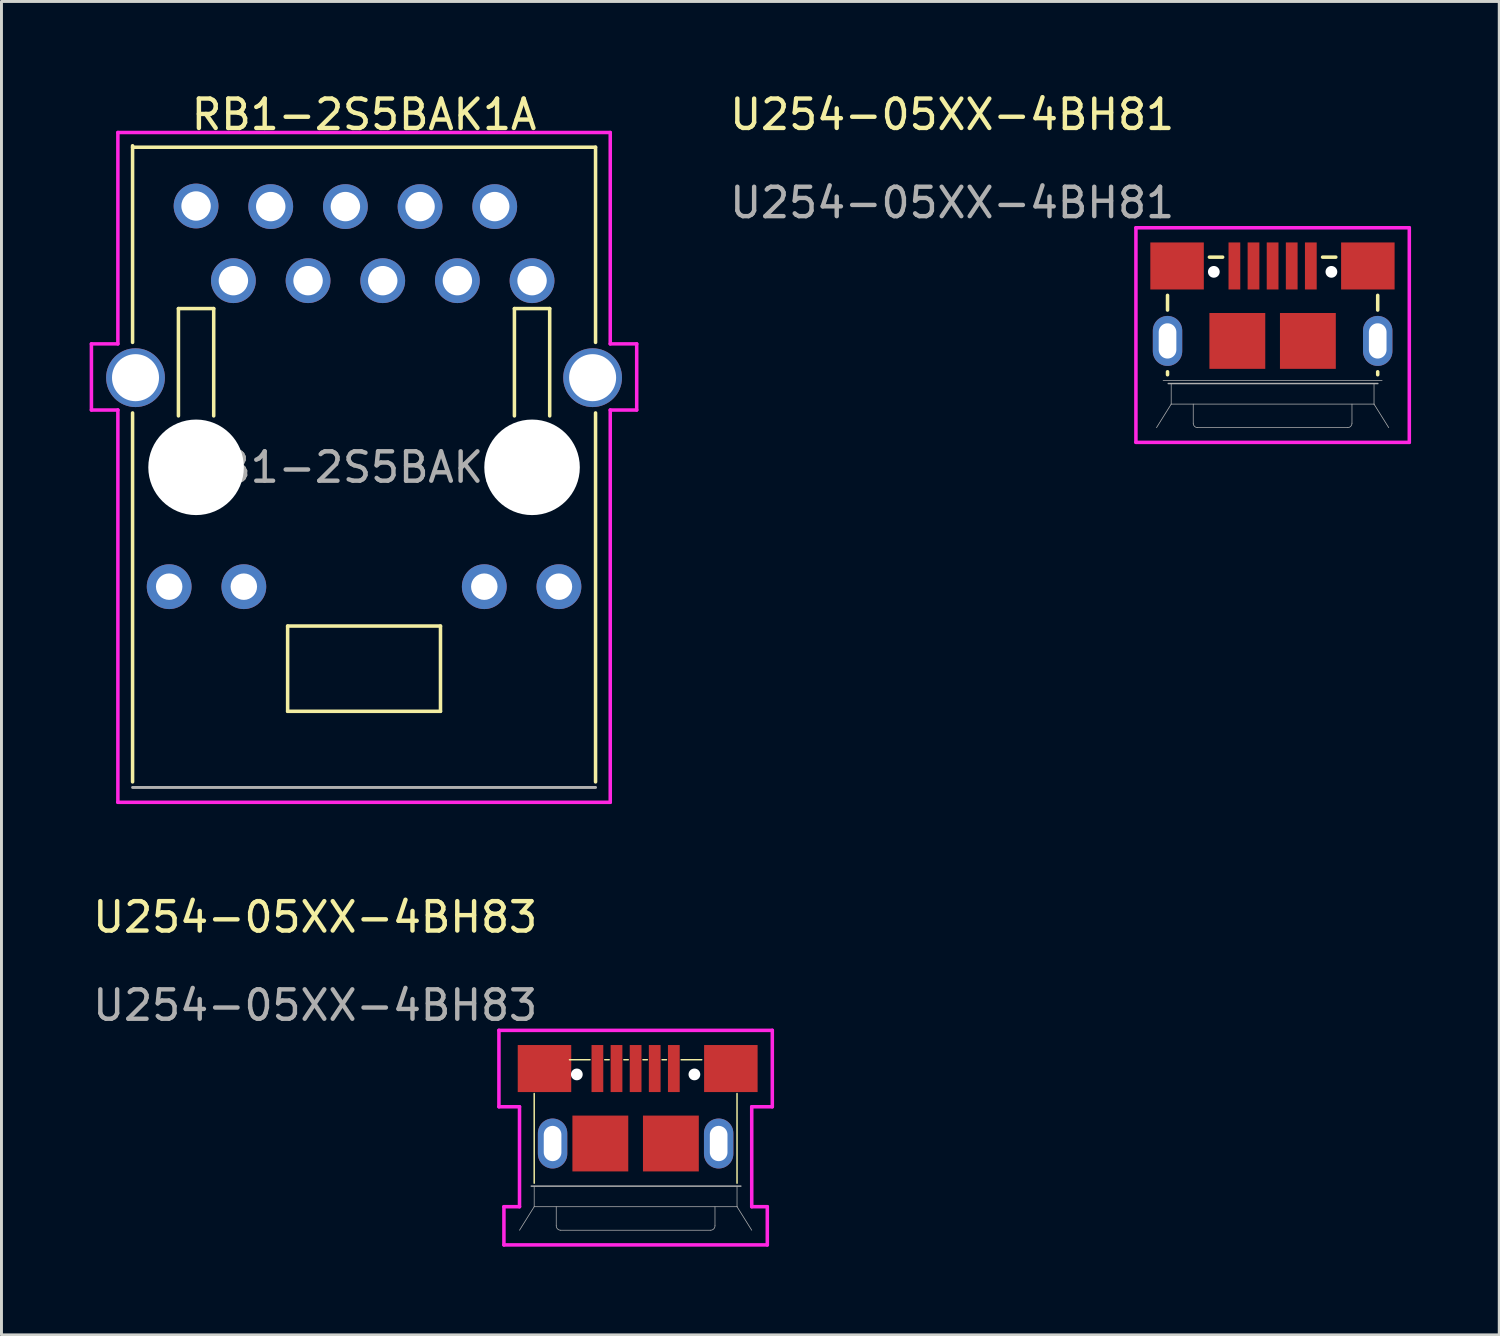
<source format=kicad_pcb>
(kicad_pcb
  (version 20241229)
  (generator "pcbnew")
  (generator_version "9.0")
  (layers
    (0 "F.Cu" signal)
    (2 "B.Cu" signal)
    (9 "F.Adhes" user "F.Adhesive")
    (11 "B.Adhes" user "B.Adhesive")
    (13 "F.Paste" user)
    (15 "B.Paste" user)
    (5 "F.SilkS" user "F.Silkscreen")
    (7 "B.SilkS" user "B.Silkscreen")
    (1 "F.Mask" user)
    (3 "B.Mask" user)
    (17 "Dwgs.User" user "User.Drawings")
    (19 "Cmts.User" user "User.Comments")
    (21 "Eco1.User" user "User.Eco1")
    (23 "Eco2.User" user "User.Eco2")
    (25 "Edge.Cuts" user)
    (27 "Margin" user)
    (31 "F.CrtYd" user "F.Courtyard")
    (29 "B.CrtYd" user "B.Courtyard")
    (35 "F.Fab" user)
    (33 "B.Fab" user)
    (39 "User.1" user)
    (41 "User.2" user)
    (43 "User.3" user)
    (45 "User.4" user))
  (footprint "RB1-2S5BAK1A"
    (layer "F.Cu")
    (at 9.335 12.848)
    (property "Reference" "RB1-2S5BAK1A" (at 0 -12 0) (unlocked yes) (layer "F.SilkS") (effects (font (size 1 1) (thickness 0.15))))
    (fp_line (start -7.875 -10.89) (end 7.875 -10.89) (stroke (width 0.12) (type solid)) (layer "F.SilkS"))
    (fp_line (start -7.875 -4.25) (end -7.875 -10.94) (stroke (width 0.12) (type solid)) (layer "F.SilkS"))
    (fp_line (start -7.875 10.7) (end -7.875 -1.85) (stroke (width 0.12) (type solid)) (layer "F.SilkS"))
    (fp_line (start -6.315 -5.4) (end -5.115 -5.4) (stroke (width 0.12) (type solid)) (layer "F.SilkS"))
    (fp_line (start -6.315 -1.75) (end -6.315 -5.4) (stroke (width 0.12) (type solid)) (layer "F.SilkS"))
    (fp_line (start -5.115 -5.4) (end -5.115 -1.75) (stroke (width 0.12) (type solid)) (layer "F.SilkS"))
    (fp_line (start -2.6 5.4) (end 2.6 5.4) (stroke (width 0.12) (type solid)) (layer "F.SilkS"))
    (fp_line (start -2.6 8.3) (end -2.6 5.4) (stroke (width 0.12) (type solid)) (layer "F.SilkS"))
    (fp_line (start 2.6 5.4) (end 2.6 8.3) (stroke (width 0.12) (type solid)) (layer "F.SilkS"))
    (fp_line (start 2.6 8.3) (end -2.6 8.3) (stroke (width 0.12) (type solid)) (layer "F.SilkS"))
    (fp_line (start 5.115 -5.4) (end 6.315 -5.4) (stroke (width 0.12) (type solid)) (layer "F.SilkS"))
    (fp_line (start 5.115 -1.75) (end 5.115 -5.4) (stroke (width 0.12) (type solid)) (layer "F.SilkS"))
    (fp_line (start 6.315 -5.4) (end 6.315 -1.75) (stroke (width 0.12) (type solid)) (layer "F.SilkS"))
    (fp_line (start 7.875 -4.25) (end 7.875 -10.89) (stroke (width 0.12) (type solid)) (layer "F.SilkS"))
    (fp_line (start 7.875 10.7) (end 7.875 -1.85) (stroke (width 0.12) (type solid)) (layer "F.SilkS"))
    (fp_line (start -9.275 -4.2) (end -9.275 -1.95) (stroke (width 0.12) (type solid)) (layer "F.CrtYd"))
    (fp_line (start -9.275 -4.2) (end -8.375 -4.2) (stroke (width 0.12) (type solid)) (layer "F.CrtYd"))
    (fp_line (start -8.375 -4.2) (end -8.375 -11.39) (stroke (width 0.12) (type solid)) (layer "F.CrtYd"))
    (fp_line (start -8.375 -1.95) (end -9.275 -1.95) (stroke (width 0.12) (type solid)) (layer "F.CrtYd"))
    (fp_line (start -8.375 -1.95) (end -8.375 11.395) (stroke (width 0.12) (type solid)) (layer "F.CrtYd"))
    (fp_line (start -8.375 11.395) (end 8.375 11.395) (stroke (width 0.12) (type solid)) (layer "F.CrtYd"))
    (fp_line (start 8.375 -11.39) (end -8.375 -11.39) (stroke (width 0.12) (type solid)) (layer "F.CrtYd"))
    (fp_line (start 8.375 -4.2) (end 8.375 -11.39) (stroke (width 0.12) (type solid)) (layer "F.CrtYd"))
    (fp_line (start 8.375 -4.2) (end 9.275 -4.2) (stroke (width 0.12) (type solid)) (layer "F.CrtYd"))
    (fp_line (start 8.375 -1.95) (end 8.375 11.395) (stroke (width 0.12) (type solid)) (layer "F.CrtYd"))
    (fp_line (start 9.275 -4.2) (end 9.275 -1.95) (stroke (width 0.12) (type solid)) (layer "F.CrtYd"))
    (fp_line (start 9.275 -1.95) (end 8.375 -1.95) (stroke (width 0.12) (type solid)) (layer "F.CrtYd"))
    (fp_line (start -7.875 10.89) (end 7.875 10.89) (stroke (width 0.1) (type solid)) (layer "F.Fab"))
    (fp_text user "${REFERENCE}" (at 0 0 0) (unlocked yes) (layer "F.Fab") (effects (font (size 1 1) (thickness 0.15))))
    (pad "" np_thru_hole circle (at -5.715 0) (size 3.25 3.25) (drill 3.25) (layers "*.Cu" "*.Mask"))
    (pad "" np_thru_hole circle (at 5.715 0) (size 3.25 3.25) (drill 3.25) (layers "*.Cu" "*.Mask"))
    (pad "L1" thru_hole circle (at 6.63 4.06) (size 1.524 1.524) (drill 0.9) (layers "*.Cu" "*.Mask"))
    (pad "L2" thru_hole circle (at 4.09 4.06) (size 1.524 1.524) (drill 0.9) (layers "*.Cu" "*.Mask"))
    (pad "L3" thru_hole circle (at -4.09 4.06) (size 1.524 1.524) (drill 0.9) (layers "*.Cu" "*.Mask"))
    (pad "L4" thru_hole circle (at -6.63 4.06) (size 1.524 1.524) (drill 0.9) (layers "*.Cu" "*.Mask"))
    (pad "R1" thru_hole circle (at -5.715 -8.89) (size 1.524 1.524) (drill 1) (layers "*.Cu" "*.Mask"))
    (pad "R2" thru_hole circle (at -4.445 -6.35) (size 1.524 1.524) (drill 1) (layers "*.Cu" "*.Mask"))
    (pad "R3" thru_hole circle (at -3.175 -8.87) (size 1.524 1.524) (drill 1) (layers "*.Cu" "*.Mask"))
    (pad "R4" thru_hole circle (at -1.905 -6.35) (size 1.524 1.524) (drill 1) (layers "*.Cu" "*.Mask"))
    (pad "R5" thru_hole circle (at -0.635 -8.87) (size 1.524 1.524) (drill 1) (layers "*.Cu" "*.Mask"))
    (pad "R6" thru_hole circle (at 0.635 -6.35) (size 1.524 1.524) (drill 1) (layers "*.Cu" "*.Mask"))
    (pad "R7" thru_hole circle (at 1.905 -8.87) (size 1.524 1.524) (drill 1) (layers "*.Cu" "*.Mask"))
    (pad "R8" thru_hole circle (at 3.175 -6.35) (size 1.524 1.524) (drill 1) (layers "*.Cu" "*.Mask"))
    (pad "R9" thru_hole circle (at 4.445 -8.87) (size 1.524 1.524) (drill 1) (layers "*.Cu" "*.Mask"))
    (pad "R10" thru_hole circle (at 5.715 -6.35) (size 1.524 1.524) (drill 1) (layers "*.Cu" "*.Mask"))
    (pad "SH" thru_hole circle (at -7.775 -3.05) (size 2 2) (drill 1.6) (layers "*.Cu" "*.Mask"))
    (pad "SH" thru_hole circle (at 7.775 -3.05) (size 2 2) (drill 1.6) (layers "*.Cu" "*.Mask"))
    (zone (net_name "") (layer "F.Cu") (hatch edge 0.508) (connect_pads) (min_thickness 0.254) (filled_areas_thickness no) (keepout (tracks not_allowed) (vias not_allowed) (pads not_allowed) (copperpour allowed) (footprints allowed)) (placement (enabled no)) (fill) (polygon (pts (xy 4.22 11.208) (xy 3.02 11.208) (xy 3.02 7.448) (xy 4.22 7.448))))
    (zone (net_name "") (layer "F.Cu") (hatch edge 0.508) (connect_pads) (min_thickness 0.254) (filled_areas_thickness no) (keepout (tracks not_allowed) (vias not_allowed) (pads not_allowed) (copperpour allowed) (footprints allowed)) (placement (enabled no)) (fill) (polygon (pts (xy 11.935 21.148) (xy 6.735 21.148) (xy 6.735 18.248) (xy 11.935 18.248))))
    (zone (net_name "") (layer "F.Cu") (hatch edge 0.508) (connect_pads) (min_thickness 0.254) (filled_areas_thickness no) (keepout (tracks not_allowed) (vias not_allowed) (pads not_allowed) (copperpour allowed) (footprints allowed)) (placement (enabled no)) (fill) (polygon (pts (xy 15.65 11.198) (xy 14.45 11.198) (xy 14.45 7.448) (xy 15.65 7.448)))))
  (footprint "U254-05XX-4BH83"
    (layer "F.Cu")
    (at 17.273 33.301)
    (property "Reference" "U254-05XX-4BH83" (at -9.6 -5.15 0) (unlocked yes) (layer "F.SilkS") (effects (font (size 1 1) (thickness 0.15))))
    (fp_line (start -2.15 3.9) (end -2.15 0.85) (stroke (width 0.05) (type solid)) (layer "F.SilkS"))
    (fp_line (start -0.95 -0.3) (end -0.25 -0.3) (stroke (width 0.05) (type solid)) (layer "F.SilkS"))
    (fp_line (start 0.25 -0.3) (end 0.4 -0.3) (stroke (width 0.05) (type solid)) (layer "F.SilkS"))
    (fp_line (start 0.9 -0.3) (end 1.05 -0.3) (stroke (width 0.05) (type solid)) (layer "F.SilkS"))
    (fp_line (start 1.55 -0.3) (end 1.7 -0.3) (stroke (width 0.05) (type solid)) (layer "F.SilkS"))
    (fp_line (start 2.2 -0.3) (end 2.35 -0.3) (stroke (width 0.05) (type solid)) (layer "F.SilkS"))
    (fp_line (start 2.85 -0.3) (end 3.55 -0.3) (stroke (width 0.05) (type solid)) (layer "F.SilkS"))
    (fp_line (start 4.75 3.9) (end 4.75 0.85) (stroke (width 0.05) (type solid)) (layer "F.SilkS"))
    (fp_line (start -1.465 2.16) (end -1.465 2.94) (stroke (width 0.01) (type solid)) (layer "Dwgs.User"))
    (fp_line (start 4.065 2.16) (end 4.065 2.94) (stroke (width 0.01) (type solid)) (layer "Dwgs.User"))
    (fp_line (start 4.185 2.16) (end 4.185 2.94) (stroke (width 0.01) (type solid)) (layer "Dwgs.User"))
    (fp_arc (start -1.585 2.16) (mid -1.525 2.1) (end -1.465 2.16) (stroke (width 0.01) (type solid)) (layer "Dwgs.User"))
    (fp_arc (start -1.465 2.94) (mid -1.525 3) (end -1.585 2.94) (stroke (width 0.01) (type solid)) (layer "Dwgs.User"))
    (fp_arc (start 4.065 2.16) (mid 4.125 2.1) (end 4.185 2.16) (stroke (width 0.01) (type solid)) (layer "Dwgs.User"))
    (fp_arc (start 4.185 2.94) (mid 4.125 3) (end 4.065 2.94) (stroke (width 0.01) (type solid)) (layer "Dwgs.User"))
    (fp_line (start -3.35 -1.3) (end 5.95 -1.3) (stroke (width 0.12) (type solid)) (layer "F.CrtYd"))
    (fp_line (start -3.35 1.3) (end -3.35 -1.3) (stroke (width 0.12) (type solid)) (layer "F.CrtYd"))
    (fp_line (start -3.18 4.7) (end -3.18 6) (stroke (width 0.12) (type solid)) (layer "F.CrtYd"))
    (fp_line (start -2.65 1.3) (end -3.35 1.3) (stroke (width 0.12) (type solid)) (layer "F.CrtYd"))
    (fp_line (start -2.65 1.3) (end -2.65 4.7) (stroke (width 0.12) (type solid)) (layer "F.CrtYd"))
    (fp_line (start -2.65 4.7) (end -3.18 4.7) (stroke (width 0.12) (type solid)) (layer "F.CrtYd"))
    (fp_line (start 5.25 1.3) (end 5.25 4.7) (stroke (width 0.12) (type solid)) (layer "F.CrtYd"))
    (fp_line (start 5.78 4.7) (end 5.25 4.7) (stroke (width 0.12) (type solid)) (layer "F.CrtYd"))
    (fp_line (start 5.78 4.7) (end 5.78 6) (stroke (width 0.12) (type solid)) (layer "F.CrtYd"))
    (fp_line (start 5.78 6) (end -3.18 6) (stroke (width 0.12) (type solid)) (layer "F.CrtYd"))
    (fp_line (start 5.95 -1.3) (end 5.95 1.3) (stroke (width 0.12) (type solid)) (layer "F.CrtYd"))
    (fp_line (start 5.95 1.3) (end 5.25 1.3) (stroke (width 0.12) (type solid)) (layer "F.CrtYd"))
    (fp_line (start -2.15 4.7) (end -2.65 5.5) (stroke (width 0.025) (type solid)) (layer "F.Fab"))
    (fp_line (start -2.15 4.7) (end -2.15 4) (stroke (width 0.025) (type solid)) (layer "F.Fab"))
    (fp_line (start -2.15 4.7) (end 4.75 4.7) (stroke (width 0.025) (type solid)) (layer "F.Fab"))
    (fp_line (start -1.525 2.1) (end -1.525 3) (stroke (width 0.15) (type solid)) (layer "F.Fab"))
    (fp_line (start -1.4 4.7) (end -1.4 5.35) (stroke (width 0.025) (type solid)) (layer "F.Fab"))
    (fp_line (start 3.85 5.5) (end -1.25 5.5) (stroke (width 0.025) (type solid)) (layer "F.Fab"))
    (fp_line (start 4 4.7) (end 4 5.35) (stroke (width 0.025) (type solid)) (layer "F.Fab"))
    (fp_line (start 4.125 2.1) (end 4.125 3) (stroke (width 0.15) (type solid)) (layer "F.Fab"))
    (fp_line (start 4.75 4.7) (end 4.75 4) (stroke (width 0.025) (type solid)) (layer "F.Fab"))
    (fp_line (start 4.75 4.7) (end 5.25 5.5) (stroke (width 0.025) (type solid)) (layer "F.Fab"))
    (fp_line (start 4.88 4) (end -2.25 4) (stroke (width 0.05) (type solid)) (layer "F.Fab"))
    (fp_arc (start -1.25 5.5) (mid -1.356066 5.456065) (end -1.399999 5.349999) (stroke (width 0.025) (type solid)) (layer "F.Fab"))
    (fp_arc (start 4.000001 5.350001) (mid 3.956066 5.456067) (end 3.85 5.5) (stroke (width 0.025) (type solid)) (layer "F.Fab"))
    (fp_text user "${REFERENCE}" (at -9.6 -2.15 0) (unlocked yes) (layer "F.Fab") (effects (font (size 1 1) (thickness 0.15))))
    (pad "" np_thru_hole circle (at -0.7 0.2) (size 0.4 0.4) (drill 0.4) (layers "*.Cu" "*.Mask"))
    (pad "" np_thru_hole circle (at 3.3 0.2) (size 0.4 0.4) (drill 0.4) (layers "*.Cu" "*.Mask"))
    (pad "1" smd rect (at 0 0) (size 0.4 1.6) (layers "F.Cu" "F.Mask" "F.Paste"))
    (pad "2" smd rect (at 0.65 0) (size 0.4 1.6) (layers "F.Cu" "F.Mask" "F.Paste"))
    (pad "3" smd rect (at 1.3 0) (size 0.4 1.6) (layers "F.Cu" "F.Mask" "F.Paste"))
    (pad "4" smd rect (at 1.95 0) (size 0.4 1.6) (layers "F.Cu" "F.Mask" "F.Paste"))
    (pad "5" smd rect (at 2.6 0) (size 0.4 1.6) (layers "F.Cu" "F.Mask" "F.Paste"))
    (pad "6" smd rect (at -1.8 0) (size 1.82 1.6) (layers "F.Cu" "F.Mask" "F.Paste"))
    (pad "6" thru_hole oval (at -1.525 2.55) (size 1 1.7) (drill oval 0.6 1.2) (layers "*.Cu" "*.Mask"))
    (pad "6" smd rect (at 0.1 2.55) (size 1.9 1.9) (layers "F.Cu" "F.Mask" "F.Paste"))
    (pad "6" smd rect (at 2.5 2.55) (size 1.9 1.9) (layers "F.Cu" "F.Mask" "F.Paste"))
    (pad "6" thru_hole oval (at 4.125 2.55) (size 1 1.7) (drill oval 0.6 1.2) (layers "*.Cu" "*.Mask"))
    (pad "6" smd rect (at 4.54 0) (size 1.82 1.6) (layers "F.Cu" "F.Mask" "F.Paste"))
    (zone (net_name "") (layers "F.Cu" "B.Cu") (name "protrude") (hatch edge 0.508) (connect_pads) (min_thickness 0.254) (filled_areas_thickness no) (keepout (tracks not_allowed) (vias not_allowed) (pads not_allowed) (copperpour not_allowed) (footprints not_allowed)) (placement (enabled no)) (fill) (polygon (pts (xy 22.523 38.941) (xy 14.623 38.941) (xy 14.623 37.301) (xy 22.523 37.301)))))
  (footprint "U254-05XX-4BH81"
    (layer "F.Cu")
    (at 38.943 5.998)
    (property "Reference" "U254-05XX-4BH81" (at -9.6 -5.15 0) (unlocked yes) (layer "F.SilkS") (effects (font (size 1 1) (thickness 0.15))))
    (fp_line (start -2.275 1.5) (end -2.275 1) (stroke (width 0.12) (type solid)) (layer "F.SilkS"))
    (fp_line (start -2.275 3.7) (end -2.275 3.6) (stroke (width 0.12) (type solid)) (layer "F.SilkS"))
    (fp_line (start -0.85 -0.3) (end -0.4 -0.3) (stroke (width 0.12) (type solid)) (layer "F.SilkS"))
    (fp_line (start 3 -0.3) (end 3.45 -0.3) (stroke (width 0.12) (type solid)) (layer "F.SilkS"))
    (fp_line (start 4.875 1.5) (end 4.875 1) (stroke (width 0.12) (type solid)) (layer "F.SilkS"))
    (fp_line (start 4.875 3.7) (end 4.875 3.6) (stroke (width 0.12) (type solid)) (layer "F.SilkS"))
    (fp_line (start -3.35 -1.3) (end 5.95 -1.3) (stroke (width 0.12) (type solid)) (layer "F.CrtYd"))
    (fp_line (start -3.35 6) (end -3.35 -1.3) (stroke (width 0.12) (type solid)) (layer "F.CrtYd"))
    (fp_line (start 5.95 -1.3) (end 5.95 6) (stroke (width 0.12) (type solid)) (layer "F.CrtYd"))
    (fp_line (start 5.95 6) (end -3.35 6) (stroke (width 0.12) (type solid)) (layer "F.CrtYd"))
    (fp_line (start -2.425 3.9) (end 5.025 3.9) (stroke (width 0.025) (type solid)) (layer "F.Fab"))
    (fp_line (start -2.275 2.1) (end -2.275 3) (stroke (width 0.15) (type solid)) (layer "F.Fab"))
    (fp_line (start -2.15 4.7) (end -2.65 5.5) (stroke (width 0.025) (type solid)) (layer "F.Fab"))
    (fp_line (start -2.15 4.7) (end -2.15 4) (stroke (width 0.025) (type solid)) (layer "F.Fab"))
    (fp_line (start -2.15 4.7) (end 4.75 4.7) (stroke (width 0.025) (type solid)) (layer "F.Fab"))
    (fp_line (start -1.4 4.7) (end -1.4 5.35) (stroke (width 0.025) (type solid)) (layer "F.Fab"))
    (fp_line (start 3.85 5.5) (end -1.25 5.5) (stroke (width 0.025) (type solid)) (layer "F.Fab"))
    (fp_line (start 4 4.7) (end 4 5.35) (stroke (width 0.025) (type solid)) (layer "F.Fab"))
    (fp_line (start 4.75 4.7) (end 4.75 4) (stroke (width 0.025) (type solid)) (layer "F.Fab"))
    (fp_line (start 4.75 4.7) (end 5.25 5.5) (stroke (width 0.025) (type solid)) (layer "F.Fab"))
    (fp_line (start 4.875 2.1) (end 4.875 3) (stroke (width 0.15) (type solid)) (layer "F.Fab"))
    (fp_line (start 4.88 4) (end -2.25 4) (stroke (width 0.05) (type solid)) (layer "F.Fab"))
    (fp_arc (start -1.25 5.5) (mid -1.356066 5.456065) (end -1.399999 5.349999) (stroke (width 0.025) (type solid)) (layer "F.Fab"))
    (fp_arc (start 4.000001 5.350001) (mid 3.956066 5.456067) (end 3.85 5.5) (stroke (width 0.025) (type solid)) (layer "F.Fab"))
    (fp_text user "${REFERENCE}" (at -9.6 -2.15 0) (unlocked yes) (layer "F.Fab") (effects (font (size 1 1) (thickness 0.15))))
    (pad "" np_thru_hole circle (at -0.7 0.2) (size 0.4 0.4) (drill 0.4) (layers "*.Cu" "*.Mask"))
    (pad "" np_thru_hole circle (at 3.3 0.2) (size 0.4 0.4) (drill 0.4) (layers "*.Cu" "*.Mask"))
    (pad "1" smd rect (at 0 0) (size 0.4 1.6) (layers "F.Cu" "F.Mask" "F.Paste"))
    (pad "2" smd rect (at 0.65 0) (size 0.4 1.6) (layers "F.Cu" "F.Mask" "F.Paste"))
    (pad "3" smd rect (at 1.3 0) (size 0.4 1.6) (layers "F.Cu" "F.Mask" "F.Paste"))
    (pad "4" smd rect (at 1.95 0) (size 0.4 1.6) (layers "F.Cu" "F.Mask" "F.Paste"))
    (pad "5" smd rect (at 2.6 0) (size 0.4 1.6) (layers "F.Cu" "F.Mask" "F.Paste"))
    (pad "6" thru_hole oval (at -2.275 2.55) (size 1 1.7) (drill oval 0.6 1.2) (layers "*.Cu" "*.Mask"))
    (pad "6" smd rect (at -1.95 0) (size 1.82 1.6) (layers "F.Cu" "F.Mask" "F.Paste"))
    (pad "6" smd rect (at 0.1 2.55) (size 1.9 1.9) (layers "F.Cu" "F.Mask" "F.Paste"))
    (pad "6" smd rect (at 2.5 2.55) (size 1.9 1.9) (layers "F.Cu" "F.Mask" "F.Paste"))
    (pad "6" smd rect (at 4.54 0) (size 1.82 1.6) (layers "F.Cu" "F.Mask" "F.Paste"))
    (pad "6" thru_hole oval (at 4.875 2.55) (size 1 1.7) (drill oval 0.6 1.2) (layers "*.Cu" "*.Mask"))
    (zone (net_name "") (layers "F.Cu" "B.Cu") (name "protrude") (hatch edge 0.508) (connect_pads) (min_thickness 0.254) (filled_areas_thickness no) (keepout (tracks not_allowed) (vias not_allowed) (pads not_allowed) (copperpour not_allowed) (footprints not_allowed)) (placement (enabled no)) (fill) (polygon (pts (xy 44.193 11.638) (xy 36.293 11.638) (xy 36.293 9.998) (xy 44.193 9.998)))))
  (gr_rect
    (start -3 -3)
    (end 47.953 42.361)
    (stroke (width 0.1) (type default))
    (fill no)
    (layer "Edge.Cuts")))
</source>
